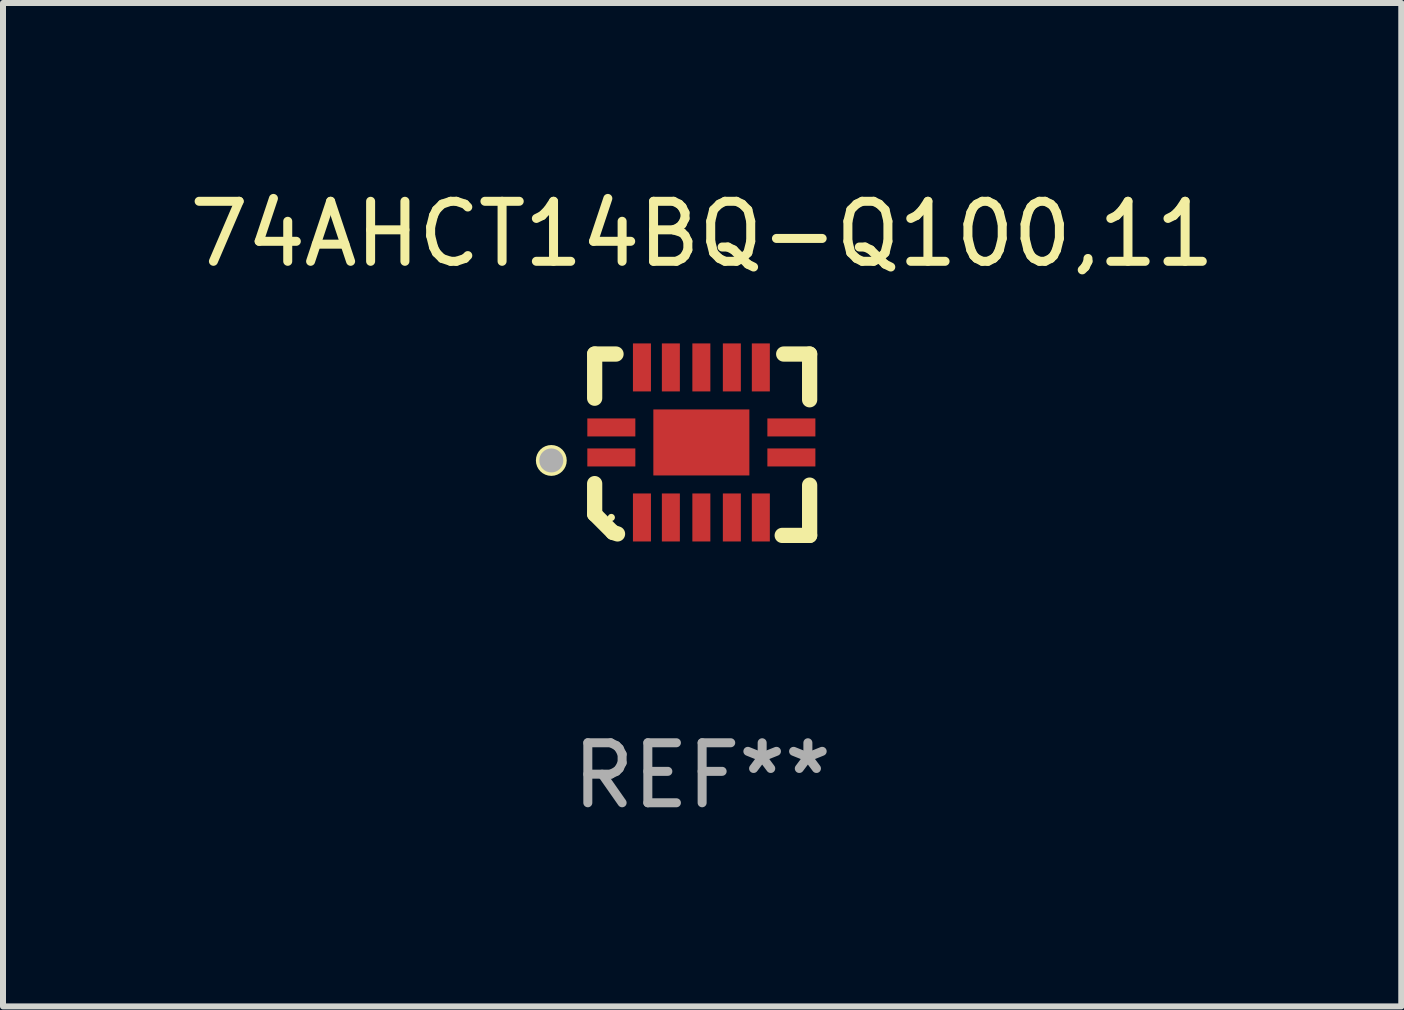
<source format=kicad_pcb>
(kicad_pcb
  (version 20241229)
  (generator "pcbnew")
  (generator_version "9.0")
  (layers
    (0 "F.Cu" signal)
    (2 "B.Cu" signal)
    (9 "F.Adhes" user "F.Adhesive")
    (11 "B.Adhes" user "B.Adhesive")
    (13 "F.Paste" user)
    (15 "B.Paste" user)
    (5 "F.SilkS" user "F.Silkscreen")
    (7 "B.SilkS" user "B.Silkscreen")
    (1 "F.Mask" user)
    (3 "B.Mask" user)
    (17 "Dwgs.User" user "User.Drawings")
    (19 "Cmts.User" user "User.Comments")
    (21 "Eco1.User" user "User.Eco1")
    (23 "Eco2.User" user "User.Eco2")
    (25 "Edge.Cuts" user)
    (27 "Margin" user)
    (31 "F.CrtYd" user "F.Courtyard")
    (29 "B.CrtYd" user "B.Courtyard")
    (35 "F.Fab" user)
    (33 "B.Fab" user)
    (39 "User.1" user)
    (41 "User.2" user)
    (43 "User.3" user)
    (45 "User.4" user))
  (footprint "74AHCT14BQ-Q100,11"
    (layer "F.Cu")
    (at 8.649 4.36)
    (property "Reference" "74AHCT14BQ-Q100,11" (at 0 -3.511 0) (layer "F.SilkS") (effects (font (size 1 1) (thickness 0.15))))
    (attr through_hole)
    (fp_line (start -1.791 -1.511) (end -1.435 -1.511) (stroke (width 0.254) (type solid)) (layer "F.SilkS"))
    (fp_line (start -1.791 -0.775) (end -1.791 -1.511) (stroke (width 0.254) (type solid)) (layer "F.SilkS"))
    (fp_line (start -1.791 1.156) (end -1.791 0.648) (stroke (width 0.254) (type solid)) (layer "F.SilkS"))
    (fp_line (start -1.486 1.461) (end -1.791 1.156) (stroke (width 0.254) (type solid)) (layer "F.SilkS"))
    (fp_line (start -1.41 1.486) (end -1.486 1.461) (stroke (width 0.254) (type solid)) (layer "F.SilkS"))
    (fp_line (start 1.334 1.511) (end 1.791 1.511) (stroke (width 0.254) (type solid)) (layer "F.SilkS"))
    (fp_line (start 1.791 -1.511) (end 1.359 -1.511) (stroke (width 0.254) (type solid)) (layer "F.SilkS"))
    (fp_line (start 1.791 -0.749) (end 1.791 -1.511) (stroke (width 0.254) (type solid)) (layer "F.SilkS"))
    (fp_line (start 1.791 1.511) (end 1.791 0.673) (stroke (width 0.254) (type solid)) (layer "F.SilkS"))
    (fp_circle (center -2.513 0.262) (end -2.383 0.262) (stroke (width 0.254) (type solid)) (fill no) (layer "F.SilkS"))
    (fp_circle (center -1.513 1.212) (end -1.483 1.212) (stroke (width 0.06) (type solid)) (fill no) (layer "F.SilkS"))
    (fp_circle (center -2.513 0.262) (end -2.413 0.262) (stroke (width 0.2) (type solid)) (fill no) (layer "F.Fab"))
    (fp_text user "REF**" (at 0 5.511 0) (layer "F.Fab") (effects (font (size 1 1) (thickness 0.15))))
    (pad "1" smd rect (at -1.513 0.212) (size 0.8 0.3) (layers "F.Cu" "F.Mask" "F.Paste"))
    (pad "2" smd rect (at -1.003 1.212) (size 0.3 0.8) (layers "F.Cu" "F.Mask" "F.Paste"))
    (pad "3" smd rect (at -0.521 1.212) (size 0.3 0.8) (layers "F.Cu" "F.Mask" "F.Paste"))
    (pad "4" smd rect (at -0.013 1.212) (size 0.3 0.8) (layers "F.Cu" "F.Mask" "F.Paste"))
    (pad "5" smd rect (at 0.495 1.212) (size 0.3 0.8) (layers "F.Cu" "F.Mask" "F.Paste"))
    (pad "6" smd rect (at 0.978 1.212) (size 0.3 0.8) (layers "F.Cu" "F.Mask" "F.Paste"))
    (pad "7" smd rect (at 1.487 0.212) (size 0.8 0.3) (layers "F.Cu" "F.Mask" "F.Paste"))
    (pad "8" smd rect (at 1.487 -0.288) (size 0.8 0.3) (layers "F.Cu" "F.Mask" "F.Paste"))
    (pad "9" smd rect (at 0.978 -1.288) (size 0.3 0.8) (layers "F.Cu" "F.Mask" "F.Paste"))
    (pad "10" smd rect (at 0.495 -1.288) (size 0.3 0.8) (layers "F.Cu" "F.Mask" "F.Paste"))
    (pad "11" smd rect (at -0.013 -1.288) (size 0.3 0.8) (layers "F.Cu" "F.Mask" "F.Paste"))
    (pad "12" smd rect (at -0.521 -1.288) (size 0.3 0.8) (layers "F.Cu" "F.Mask" "F.Paste"))
    (pad "13" smd rect (at -1.003 -1.288) (size 0.3 0.8) (layers "F.Cu" "F.Mask" "F.Paste"))
    (pad "14" smd rect (at -1.513 -0.288) (size 0.8 0.3) (layers "F.Cu" "F.Mask" "F.Paste"))
    (pad "15" smd rect (at -0.013 -0.038 90) (size 1.1 1.6) (layers "F.Cu" "F.Mask" "F.Paste")))
  (gr_rect
    (start -3 -3)
    (end 20.298 13.719)
    (stroke (width 0.1) (type default))
    (fill no)
    (layer "Edge.Cuts")))
</source>
